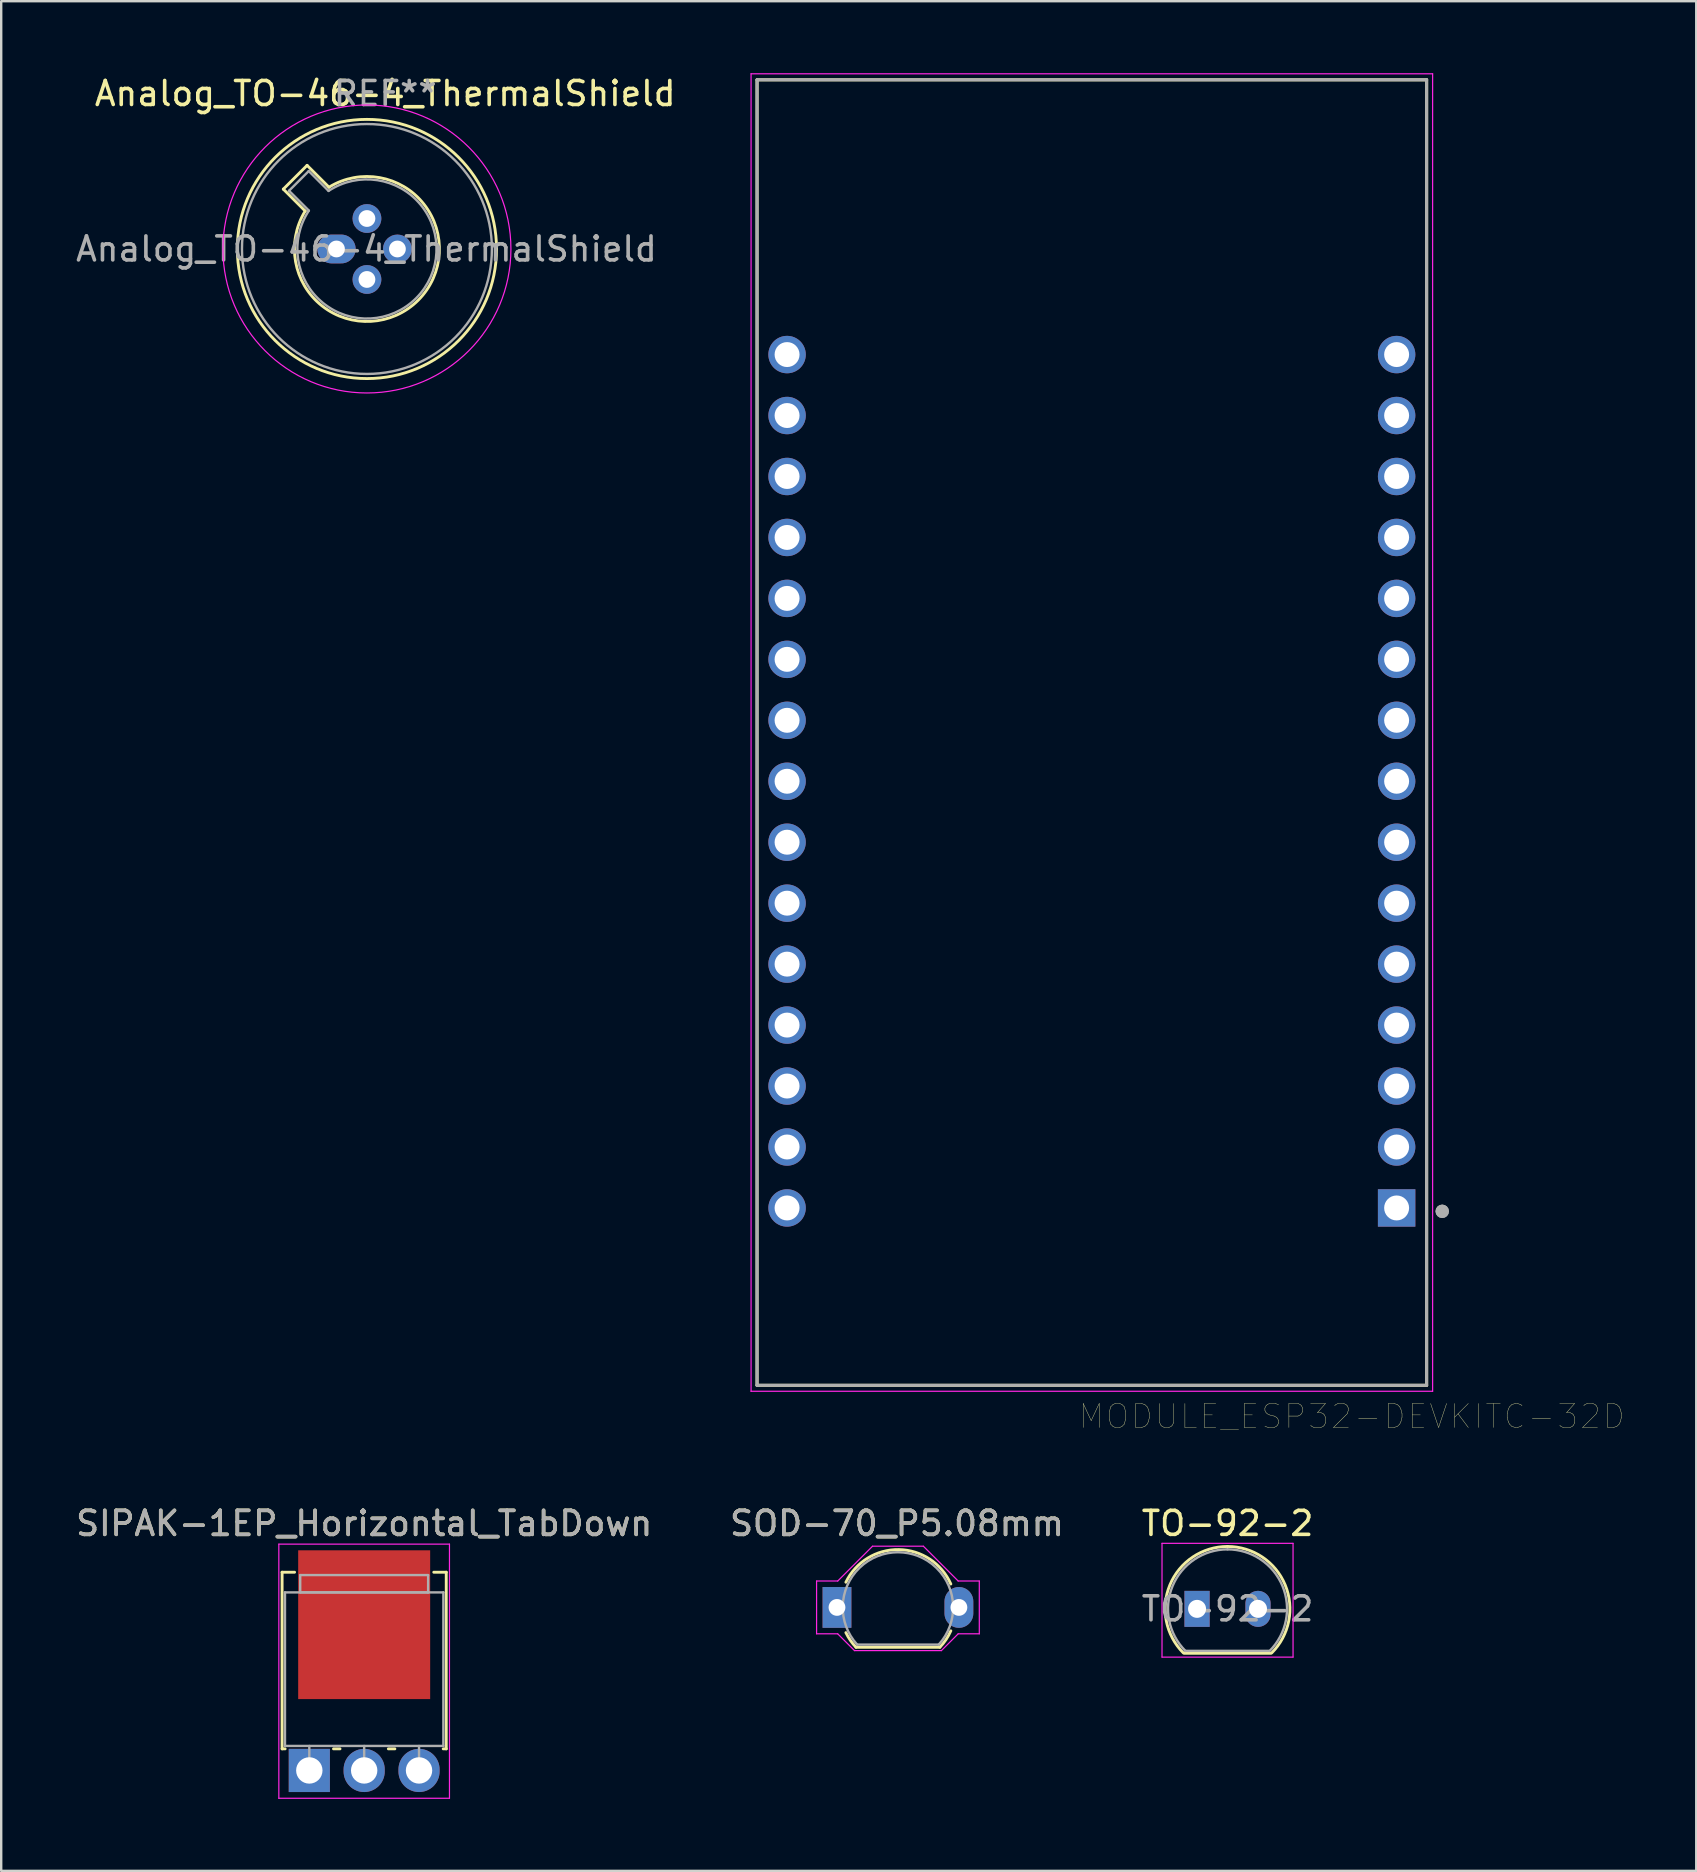
<source format=kicad_pcb>
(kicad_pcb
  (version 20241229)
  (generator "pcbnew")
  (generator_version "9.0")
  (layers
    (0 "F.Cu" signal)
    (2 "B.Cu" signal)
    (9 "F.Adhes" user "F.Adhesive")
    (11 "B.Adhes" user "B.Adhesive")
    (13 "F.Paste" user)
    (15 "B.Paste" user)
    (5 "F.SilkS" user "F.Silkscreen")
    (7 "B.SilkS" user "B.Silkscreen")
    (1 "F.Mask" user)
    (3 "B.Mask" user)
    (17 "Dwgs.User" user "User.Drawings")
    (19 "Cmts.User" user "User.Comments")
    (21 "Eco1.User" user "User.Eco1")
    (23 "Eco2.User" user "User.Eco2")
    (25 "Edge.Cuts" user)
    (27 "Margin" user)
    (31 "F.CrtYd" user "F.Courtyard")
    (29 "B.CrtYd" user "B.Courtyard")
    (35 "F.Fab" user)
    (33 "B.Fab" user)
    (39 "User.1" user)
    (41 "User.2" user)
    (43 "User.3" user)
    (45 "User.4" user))
  (footprint "Analog_TO-46-4_ThermalShield"
    (layer "F.Cu")
    (at 10.97 7.325)
    (property "Reference" "Analog_TO-46-4_ThermalShield" (at 2.032 -6.477 0) (layer "F.SilkS") (effects (font (size 1 1) (thickness 0.15))))
    (attr through_hole)
    (fp_line (start -2.214 -2.494) (end -1.302 -1.582) (stroke (width 0.12) (type solid)) (layer "F.SilkS"))
    (fp_line (start -1.224 -3.484) (end -2.214 -2.494) (stroke (width 0.12) (type solid)) (layer "F.SilkS"))
    (fp_line (start -0.312 -2.572) (end -1.224 -3.484) (stroke (width 0.12) (type solid)) (layer "F.SilkS"))
    (fp_arc (start -0.312331 -2.572281) (mid 3.405374 2.135551) (end -1.30215 -1.582544) (stroke (width 0.12) (type solid)) (layer "F.SilkS"))
    (fp_circle (center 1.27 0) (end 6.67 0) (stroke (width 0.12) (type solid)) (fill no) (layer "F.SilkS"))
    (fp_circle (center 1.27 0) (end 7.27 0) (stroke (width 0.05) (type solid)) (fill no) (layer "F.CrtYd"))
    (fp_line (start -1.977 -2.426) (end -1.149 -1.599) (stroke (width 0.1) (type solid)) (layer "F.Fab"))
    (fp_line (start -1.156 -3.247) (end -1.977 -2.426) (stroke (width 0.1) (type solid)) (layer "F.Fab"))
    (fp_line (start -0.329 -2.419) (end -1.156 -3.247) (stroke (width 0.1) (type solid)) (layer "F.Fab"))
    (fp_arc (start -0.329057 -2.419301) (mid 3.321076 2.050143) (end -1.150029 -1.597956) (stroke (width 0.1) (type solid)) (layer "F.Fab"))
    (fp_circle (center 1.27 0) (end 6.477 0) (stroke (width 0.1) (type solid)) (fill no) (layer "F.Fab"))
    (fp_text user "${REFERENCE}" (at 1.25 0 0) (layer "F.Fab") (effects (font (size 1 1) (thickness 0.15))))
    (fp_text user "REF**" (at 2.032 -6.477 0) (layer "F.Fab") (effects (font (size 1 1) (thickness 0.15))))
    (pad "1" thru_hole oval (at 0 0) (size 1.6 1.2) (drill 0.7) (layers "*.Cu" "*.Mask"))
    (pad "2" thru_hole circle (at 1.27 1.27) (size 1.2 1.2) (drill 0.7) (layers "*.Cu" "*.Mask"))
    (pad "3" thru_hole circle (at 2.54 0) (size 1.2 1.2) (drill 0.7) (layers "*.Cu" "*.Mask"))
    (pad "4" thru_hole circle (at 1.27 -1.27) (size 1.2 1.2) (drill 0.7) (layers "*.Cu" "*.Mask")))
  (footprint "TO-92-2"
    (layer "F.Cu")
    (at 46.831 63.991)
    (property "Reference" "TO-92-2" (at 1.27 -3.56 0) (layer "F.SilkS") (effects (font (size 1 1) (thickness 0.15))))
    (attr through_hole)
    (fp_line (start -0.53 1.85) (end 3.07 1.85) (stroke (width 0.12) (type solid)) (layer "F.SilkS"))
    (fp_arc (start -0.568478 1.838478) (mid -1.132087 -0.994977) (end 1.27 -2.6) (stroke (width 0.12) (type solid)) (layer "F.SilkS"))
    (fp_arc (start 1.27 -2.6) (mid 3.672087 -0.994977) (end 3.108478 1.838478) (stroke (width 0.12) (type solid)) (layer "F.SilkS"))
    (fp_line (start -1.46 -2.73) (end -1.46 2.01) (stroke (width 0.05) (type solid)) (layer "F.CrtYd"))
    (fp_line (start -1.46 -2.73) (end 4 -2.73) (stroke (width 0.05) (type solid)) (layer "F.CrtYd"))
    (fp_line (start 4 2.01) (end -1.46 2.01) (stroke (width 0.05) (type solid)) (layer "F.CrtYd"))
    (fp_line (start 4 2.01) (end 4 -2.73) (stroke (width 0.05) (type solid)) (layer "F.CrtYd"))
    (fp_line (start -0.5 1.75) (end 3 1.75) (stroke (width 0.1) (type solid)) (layer "F.Fab"))
    (fp_arc (start -0.483625 1.753625) (mid -1.021221 -0.949055) (end 1.27 -2.48) (stroke (width 0.1) (type solid)) (layer "F.Fab"))
    (fp_arc (start 1.27 -2.48) (mid 3.561221 -0.949055) (end 3.023625 1.753625) (stroke (width 0.1) (type solid)) (layer "F.Fab"))
    (fp_text user "${REFERENCE}" (at 1.27 0 0) (layer "F.Fab") (effects (font (size 1 1) (thickness 0.15))))
    (pad "1" thru_hole rect (at 0 0) (size 1.05 1.5) (drill 0.75) (layers "*.Cu" "*.Mask"))
    (pad "2" thru_hole oval (at 2.54 0) (size 1.05 1.5) (drill 0.75) (layers "*.Cu" "*.Mask")))
  (footprint "MODULE_ESP32-DEVKITC-32D"
    (layer "F.Cu")
    (at 41.152 31.03)
    (property "Reference" "MODULE_ESP32-DEVKITC-32D" (at 12.125 24.941 180) (layer "F.SilkS") (effects (font (size 1 1) (thickness 0.015))))
    (attr through_hole)
    (fp_line (start -12.655 -30.755) (end 15.245 -30.755) (stroke (width 0.127) (type solid)) (layer "F.SilkS"))
    (fp_line (start -12.655 23.645) (end -12.655 -30.755) (stroke (width 0.127) (type solid)) (layer "F.SilkS"))
    (fp_line (start 15.245 -30.755) (end 15.245 23.645) (stroke (width 0.127) (type solid)) (layer "F.SilkS"))
    (fp_line (start 15.245 23.645) (end -12.655 23.645) (stroke (width 0.127) (type solid)) (layer "F.SilkS"))
    (fp_line (start -12.905 -31.005) (end 15.495 -31.005) (stroke (width 0.05) (type solid)) (layer "F.CrtYd"))
    (fp_line (start -12.905 23.895) (end -12.905 -31.005) (stroke (width 0.05) (type solid)) (layer "F.CrtYd"))
    (fp_line (start 15.495 -31.005) (end 15.495 23.895) (stroke (width 0.05) (type solid)) (layer "F.CrtYd"))
    (fp_line (start 15.495 23.895) (end -12.905 23.895) (stroke (width 0.05) (type solid)) (layer "F.CrtYd"))
    (fp_line (start -12.655 -30.755) (end 15.245 -30.755) (stroke (width 0.127) (type solid)) (layer "F.Fab"))
    (fp_line (start -12.655 23.645) (end -12.655 -30.755) (stroke (width 0.127) (type solid)) (layer "F.Fab"))
    (fp_line (start 15.245 -30.755) (end 15.245 23.645) (stroke (width 0.127) (type solid)) (layer "F.Fab"))
    (fp_line (start 15.245 23.645) (end -12.655 23.645) (stroke (width 0.127) (type solid)) (layer "F.Fab"))
    (fp_circle (center 15.895 16.395) (end 15.755 16.395) (stroke (width 0.28) (type solid)) (fill no) (layer "F.Fab"))
    (fp_circle (center 15.895 16.395) (end 15.755 16.395) (stroke (width 0.28) (type solid)) (fill no) (layer "F.Fab"))
    (pad "1" thru_hole rect (at 13.995 16.255 180) (size 1.56 1.56) (drill 1.04) (layers "*.Cu" "*.Mask"))
    (pad "2" thru_hole circle (at 13.995 13.715 180) (size 1.56 1.56) (drill 1.04) (layers "*.Cu" "*.Mask"))
    (pad "3" thru_hole circle (at 13.995 11.175 180) (size 1.56 1.56) (drill 1.04) (layers "*.Cu" "*.Mask"))
    (pad "4" thru_hole circle (at 13.995 8.635 180) (size 1.56 1.56) (drill 1.04) (layers "*.Cu" "*.Mask"))
    (pad "5" thru_hole circle (at 13.995 6.095 180) (size 1.56 1.56) (drill 1.04) (layers "*.Cu" "*.Mask"))
    (pad "6" thru_hole circle (at 13.995 3.555 180) (size 1.56 1.56) (drill 1.04) (layers "*.Cu" "*.Mask"))
    (pad "7" thru_hole circle (at 13.995 1.015 180) (size 1.56 1.56) (drill 1.04) (layers "*.Cu" "*.Mask"))
    (pad "8" thru_hole circle (at 13.995 -1.525 180) (size 1.56 1.56) (drill 1.04) (layers "*.Cu" "*.Mask"))
    (pad "9" thru_hole circle (at 13.995 -4.065 180) (size 1.56 1.56) (drill 1.04) (layers "*.Cu" "*.Mask"))
    (pad "10" thru_hole circle (at 13.995 -6.605 180) (size 1.56 1.56) (drill 1.04) (layers "*.Cu" "*.Mask"))
    (pad "11" thru_hole circle (at 13.995 -9.145 180) (size 1.56 1.56) (drill 1.04) (layers "*.Cu" "*.Mask"))
    (pad "12" thru_hole circle (at 13.995 -11.685 180) (size 1.56 1.56) (drill 1.04) (layers "*.Cu" "*.Mask"))
    (pad "13" thru_hole circle (at 13.995 -14.225 180) (size 1.56 1.56) (drill 1.04) (layers "*.Cu" "*.Mask"))
    (pad "14" thru_hole circle (at 13.995 -16.765 180) (size 1.56 1.56) (drill 1.04) (layers "*.Cu" "*.Mask"))
    (pad "15" thru_hole circle (at 13.995 -19.305 180) (size 1.56 1.56) (drill 1.04) (layers "*.Cu" "*.Mask"))
    (pad "16" thru_hole circle (at -11.405 16.255 180) (size 1.56 1.56) (drill 1.04) (layers "*.Cu" "*.Mask"))
    (pad "17" thru_hole circle (at -11.405 13.715 180) (size 1.56 1.56) (drill 1.04) (layers "*.Cu" "*.Mask"))
    (pad "18" thru_hole circle (at -11.405 11.175 180) (size 1.56 1.56) (drill 1.04) (layers "*.Cu" "*.Mask"))
    (pad "19" thru_hole circle (at -11.405 8.635 180) (size 1.56 1.56) (drill 1.04) (layers "*.Cu" "*.Mask"))
    (pad "20" thru_hole circle (at -11.405 6.095 180) (size 1.56 1.56) (drill 1.04) (layers "*.Cu" "*.Mask"))
    (pad "21" thru_hole circle (at -11.405 3.555 180) (size 1.56 1.56) (drill 1.04) (layers "*.Cu" "*.Mask"))
    (pad "22" thru_hole circle (at -11.405 1.015 180) (size 1.56 1.56) (drill 1.04) (layers "*.Cu" "*.Mask"))
    (pad "23" thru_hole circle (at -11.405 -1.525 180) (size 1.56 1.56) (drill 1.04) (layers "*.Cu" "*.Mask"))
    (pad "24" thru_hole circle (at -11.405 -4.065 180) (size 1.56 1.56) (drill 1.04) (layers "*.Cu" "*.Mask"))
    (pad "25" thru_hole circle (at -11.405 -6.605 180) (size 1.56 1.56) (drill 1.04) (layers "*.Cu" "*.Mask"))
    (pad "26" thru_hole circle (at -11.405 -9.145 180) (size 1.56 1.56) (drill 1.04) (layers "*.Cu" "*.Mask"))
    (pad "27" thru_hole circle (at -11.405 -11.685 180) (size 1.56 1.56) (drill 1.04) (layers "*.Cu" "*.Mask"))
    (pad "28" thru_hole circle (at -11.405 -14.225 180) (size 1.56 1.56) (drill 1.04) (layers "*.Cu" "*.Mask"))
    (pad "29" thru_hole circle (at -11.405 -16.765 180) (size 1.56 1.56) (drill 1.04) (layers "*.Cu" "*.Mask"))
    (pad "30" thru_hole circle (at -11.405 -19.305 180) (size 1.56 1.56) (drill 1.04) (layers "*.Cu" "*.Mask")))
  (footprint "SOD-70_P5.08mm"
    (layer "F.Cu")
    (at 31.827 63.931)
    (property "Reference" "SOD-70_P5.08mm" (at 2.5 -3.5 0) (layer "F.SilkS") (effects (font (size 1 1) (thickness 0.15))))
    (attr through_hole)
    (fp_line (start 4.287 1.66) (end 0.793 1.66) (stroke (width 0.12) (type solid)) (layer "F.SilkS"))
    (fp_arc (start 0.37076 -1.05) (mid 2.5811 -2.40965) (end 4.743786 -0.975412) (stroke (width 0.12) (type solid)) (layer "F.SilkS"))
    (fp_arc (start 0.79286 1.66) (mid 0.5582 1.371338) (end 0.370761 1.05) (stroke (width 0.12) (type solid)) (layer "F.SilkS"))
    (fp_arc (start 4.743786 0.975412) (mid 4.544899 1.337341) (end 4.287141 1.66) (stroke (width 0.12) (type solid)) (layer "F.SilkS"))
    (fp_line (start -0.85 -1.1) (end -0.85 1.1) (stroke (width 0.05) (type solid)) (layer "F.CrtYd"))
    (fp_line (start -0.85 1.1) (end 0.03 1.1) (stroke (width 0.05) (type solid)) (layer "F.CrtYd"))
    (fp_line (start 0.03 -1.1) (end -0.85 -1.1) (stroke (width 0.05) (type solid)) (layer "F.CrtYd"))
    (fp_line (start 0.03 1.1) (end 0.73 1.8) (stroke (width 0.05) (type solid)) (layer "F.CrtYd"))
    (fp_line (start 1.48 -2.55) (end 0.03 -1.1) (stroke (width 0.05) (type solid)) (layer "F.CrtYd"))
    (fp_line (start 1.48 -2.55) (end 3.6 -2.55) (stroke (width 0.05) (type solid)) (layer "F.CrtYd"))
    (fp_line (start 3.6 -2.55) (end 5.05 -1.1) (stroke (width 0.05) (type solid)) (layer "F.CrtYd"))
    (fp_line (start 4.35 1.8) (end 0.73 1.8) (stroke (width 0.05) (type solid)) (layer "F.CrtYd"))
    (fp_line (start 5.05 -1.1) (end 5.93 -1.1) (stroke (width 0.05) (type solid)) (layer "F.CrtYd"))
    (fp_line (start 5.05 1.1) (end 4.35 1.8) (stroke (width 0.05) (type solid)) (layer "F.CrtYd"))
    (fp_line (start 5.93 -1.1) (end 5.93 1.1) (stroke (width 0.05) (type solid)) (layer "F.CrtYd"))
    (fp_line (start 5.93 1.1) (end 5.05 1.1) (stroke (width 0.05) (type solid)) (layer "F.CrtYd"))
    (fp_line (start 4.239 1.55) (end 0.841 1.55) (stroke (width 0.1) (type solid)) (layer "F.Fab"))
    (fp_arc (start 0.840735 1.55) (mid 2.54 -2.3) (end 4.239265 1.55) (stroke (width 0.1) (type solid)) (layer "F.Fab"))
    (fp_text user "${REFERENCE}" (at 2.5 -3.5 0) (layer "F.Fab") (effects (font (size 1 1) (thickness 0.15))))
    (pad "1" thru_hole rect (at 0 0) (size 1.2 1.7) (drill 0.7) (layers "*.Cu" "*.Mask"))
    (pad "2" thru_hole oval (at 5.08 0) (size 1.2 1.7) (drill 0.7) (layers "*.Cu" "*.Mask")))
  (footprint "SIPAK-1EP_Horizontal_TabDown"
    (layer "F.Cu")
    (at 9.839 70.724)
    (property "Reference" "SIPAK-1EP_Horizontal_TabDown" (at 2.286 -10.293 0) (layer "F.SilkS") (effects (font (size 1 1) (thickness 0.15))))
    (attr through_hole)
    (fp_line (start -1.134 -8.26) (end -1.134 -0.9) (stroke (width 0.12) (type solid)) (layer "F.SilkS"))
    (fp_line (start -1.134 -8.26) (end -0.614 -8.26) (stroke (width 0.12) (type solid)) (layer "F.SilkS"))
    (fp_line (start -1.134 -0.9) (end -1.008 -0.9) (stroke (width 0.12) (type solid)) (layer "F.SilkS"))
    (fp_line (start 1.008 -0.9) (end 1.279 -0.9) (stroke (width 0.12) (type solid)) (layer "F.SilkS"))
    (fp_line (start 3.294 -0.9) (end 3.565 -0.9) (stroke (width 0.12) (type solid)) (layer "F.SilkS"))
    (fp_line (start 5.186 -8.26) (end 5.706 -8.26) (stroke (width 0.12) (type solid)) (layer "F.SilkS"))
    (fp_line (start 5.58 -0.9) (end 5.706 -0.9) (stroke (width 0.12) (type solid)) (layer "F.SilkS"))
    (fp_line (start 5.706 -8.26) (end 5.706 -0.9) (stroke (width 0.12) (type solid)) (layer "F.SilkS"))
    (fp_line (start -1.27 -9.43) (end -1.27 1.16) (stroke (width 0.05) (type solid)) (layer "F.CrtYd"))
    (fp_line (start -1.27 1.16) (end 5.84 1.16) (stroke (width 0.05) (type solid)) (layer "F.CrtYd"))
    (fp_line (start 5.84 -9.43) (end -1.27 -9.43) (stroke (width 0.05) (type solid)) (layer "F.CrtYd"))
    (fp_line (start 5.84 1.16) (end 5.84 -9.43) (stroke (width 0.05) (type solid)) (layer "F.CrtYd"))
    (fp_line (start -1.014 -7.42) (end 5.586 -7.42) (stroke (width 0.1) (type solid)) (layer "F.Fab"))
    (fp_line (start -1.014 -1.02) (end -1.014 -7.42) (stroke (width 0.1) (type solid)) (layer "F.Fab"))
    (fp_line (start -0.379 -8.14) (end 4.951 -8.14) (stroke (width 0.1) (type solid)) (layer "F.Fab"))
    (fp_line (start -0.379 -7.42) (end -0.379 -8.14) (stroke (width 0.1) (type solid)) (layer "F.Fab"))
    (fp_line (start 0 -1.02) (end 0 0) (stroke (width 0.1) (type solid)) (layer "F.Fab"))
    (fp_line (start 2.286 -1.02) (end 2.286 0) (stroke (width 0.1) (type solid)) (layer "F.Fab"))
    (fp_line (start 4.572 -1.02) (end 4.572 0) (stroke (width 0.1) (type solid)) (layer "F.Fab"))
    (fp_line (start 4.951 -8.14) (end 4.951 -7.42) (stroke (width 0.1) (type solid)) (layer "F.Fab"))
    (fp_line (start 4.951 -7.42) (end -0.379 -7.42) (stroke (width 0.1) (type solid)) (layer "F.Fab"))
    (fp_line (start 5.586 -7.42) (end 5.586 -1.02) (stroke (width 0.1) (type solid)) (layer "F.Fab"))
    (fp_line (start 5.586 -1.02) (end -1.014 -1.02) (stroke (width 0.1) (type solid)) (layer "F.Fab"))
    (fp_text user "${REFERENCE}" (at 2.286 -10.293 0) (layer "F.Fab") (effects (font (size 1 1) (thickness 0.15))))
    (pad "1" thru_hole rect (at 0 0) (size 1.714 1.8) (drill 1.1) (layers "*.Cu" "*.Mask"))
    (pad "2" thru_hole oval (at 2.286 0) (size 1.714 1.8) (drill 1.1) (layers "*.Cu" "*.Mask"))
    (pad "3" thru_hole oval (at 4.572 0) (size 1.714 1.8) (drill 1.1) (layers "*.Cu" "*.Mask"))
    (pad "4" smd rect (at 2.286 -6.073) (size 5.5 6.2) (layers "F.Cu" "F.Mask" "F.Paste")))
  (gr_rect
    (start -3 -3)
    (end 67.632 74.909)
    (stroke (width 0.1) (type default))
    (fill no)
    (layer "Edge.Cuts")))
</source>
